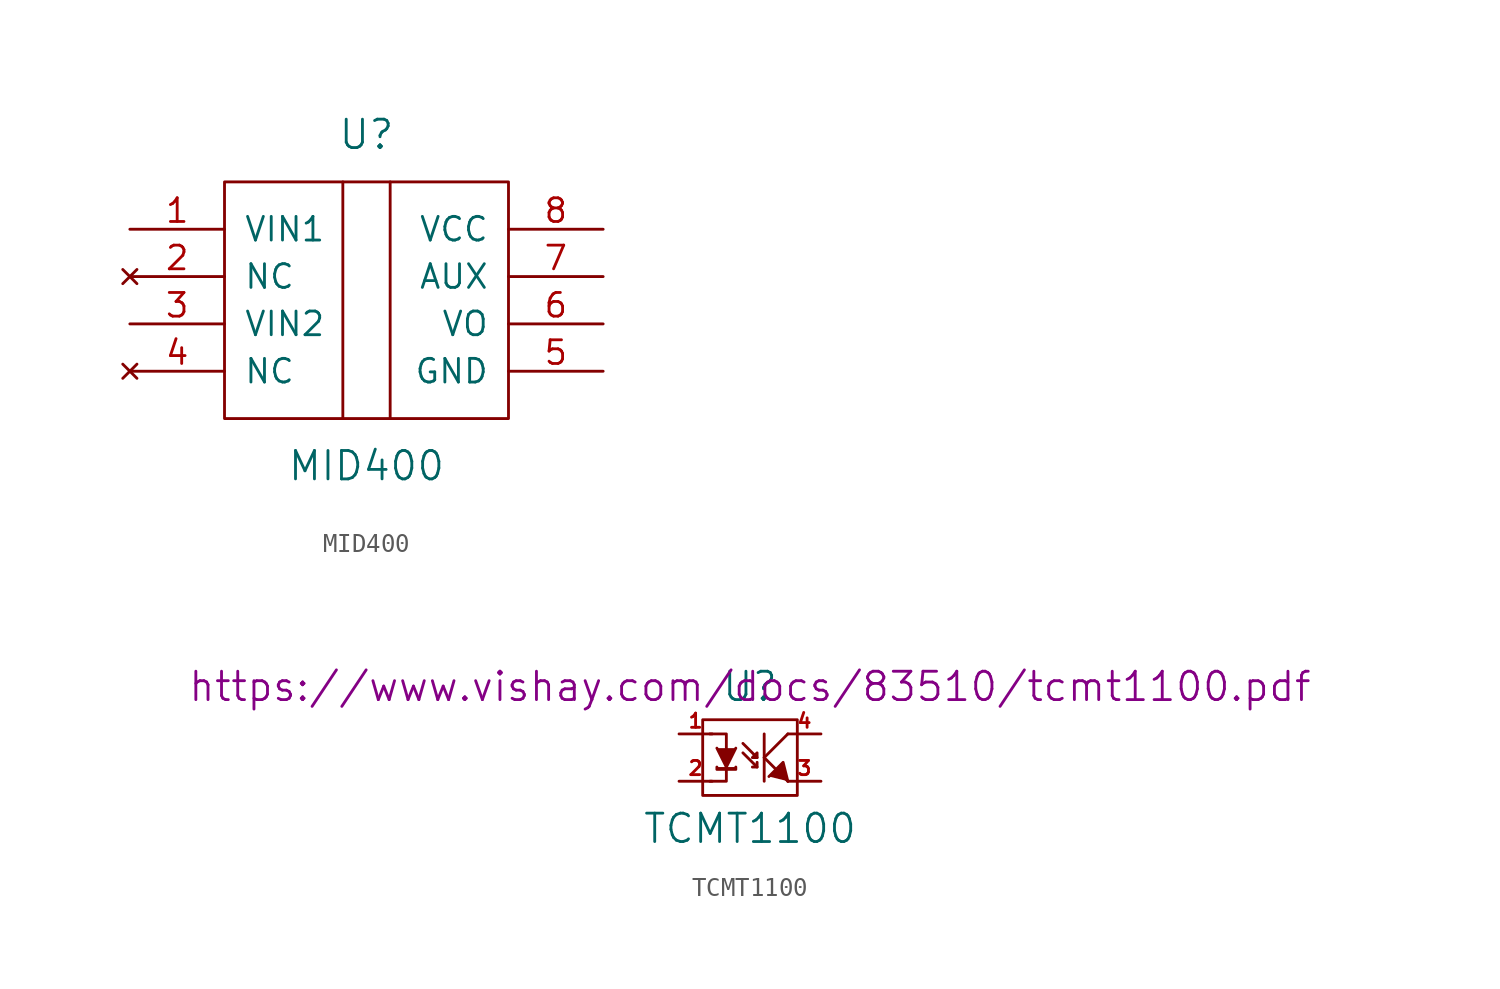
<source format=kicad_sym>
(kicad_symbol_lib
  (version 20201005)
  (generator kicad_symbol_editor)
  (symbol "MID400"
    (pin_names
      (offset 1.016))
    (property "Reference" "U"
      (at 0 8.89 0)
      (effects (font (size 1.524 1.524))))
    (property "Value" "MID400"
      (at 0 -8.89 0)
      (effects (font (size 1.524 1.524))))
    (symbol "MID400_0_1"
      (rectangle (start -7.62 6.35) (end 7.62 -6.35) (stroke (width 0)) (fill (type none)))
      (polyline (pts (xy -1.27 6.35) (xy -1.27 -6.35)) (stroke (width 0)) (fill (type none)))
      (polyline (pts (xy 1.27 6.35) (xy 1.27 -6.35)) (stroke (width 0)) (fill (type none))))
    (symbol "MID400_1_1"
      (pin power_in line (at -12.7 3.81 0) (length 5.08) (name "VIN1" (effects (font (size 1.27 1.27)))) (number "1" (effects (font (size 1.27 1.27)))))
      (pin unconnected line (at -12.7 1.27 0) (length 5.08) (name "NC" (effects (font (size 1.27 1.27)))) (number "2" (effects (font (size 1.27 1.27)))))
      (pin power_in line (at -12.7 -1.27 0) (length 5.08) (name "VIN2" (effects (font (size 1.27 1.27)))) (number "3" (effects (font (size 1.27 1.27)))))
      (pin unconnected line (at -12.7 -3.81 0) (length 5.08) (name "NC" (effects (font (size 1.27 1.27)))) (number "4" (effects (font (size 1.27 1.27)))))
      (pin power_in line (at 12.7 -3.81 180) (length 5.08) (name "GND" (effects (font (size 1.27 1.27)))) (number "5" (effects (font (size 1.27 1.27)))))
      (pin output line (at 12.7 -1.27 180) (length 5.08) (name "VO" (effects (font (size 1.27 1.27)))) (number "6" (effects (font (size 1.27 1.27)))))
      (pin output line (at 12.7 1.27 180) (length 5.08) (name "AUX" (effects (font (size 1.27 1.27)))) (number "7" (effects (font (size 1.27 1.27)))))
      (pin power_in line (at 12.7 3.81 180) (length 5.08) (name "VCC" (effects (font (size 1.27 1.27)))) (number "8" (effects (font (size 1.27 1.27)))))))
  (symbol "TCMT1100"
    (pin_names
      (offset 0) hide)
    (property "Reference" "U"
      (at 0 3.81 0)
      (effects (font (size 1.524 1.524))))
    (property "Value" "TCMT1100"
      (at 0 -3.81 0)
      (effects (font (size 1.524 1.524))))
    (property "Datasheet" "https://www.vishay.com/docs/83510/tcmt1100.pdf"
      (at 0 3.81 0)
      (effects (font (size 1.524 1.524))))
    (symbol "TCMT1100_0_1"
      (rectangle (start 2.54 2.032) (end -2.54 -2.032) (stroke (width 0)) (fill (type none)))
      (polyline (pts (xy 0.381 0) (xy -0.381 0.762) (xy -0.381 0.762)) (stroke (width 0)) (fill (type none)))
      (polyline (pts (xy 0.762 0) (xy 2.032 -1.27) (xy 2.032 -1.27)) (stroke (width 0)) (fill (type outline)))
      (polyline (pts (xy 0.762 0) (xy 2.032 1.27) (xy 2.032 1.27)) (stroke (width 0)) (fill (type outline)))
      (polyline (pts (xy 0.762 1.27) (xy 0.762 -1.27) (xy 0.762 -1.27)) (stroke (width 0)) (fill (type outline)))
      (polyline (pts (xy -0.762 0.508) (xy -1.27 -0.508) (xy -1.778 0.508) (xy -1.778 0.508)) (stroke (width 0)) (fill (type outline)))
      (polyline (pts (xy 0.381 -0.508) (xy -0.381 0.254) (xy -0.381 0.254) (xy -0.381 0.254)) (stroke (width 0)) (fill (type none)))
      (polyline (pts (xy 0.381 -0.254) (xy 0.381 -0.508) (xy 0.127 -0.508) (xy 0.127 -0.508)) (stroke (width 0)) (fill (type outline)))
      (polyline (pts (xy 2.032 -1.27) (xy 1.778 -0.254) (xy 1.016 -1.016) (xy 1.016 -1.016)) (stroke (width 0)) (fill (type outline)))
      (polyline (pts (xy -2.159 1.27) (xy -1.27 1.27) (xy -1.27 -1.27) (xy -2.159 -1.27) (xy -2.159 -1.27)) (stroke (width 0)) (fill (type none)))
      (polyline (pts (xy -1.778 -0.508) (xy -1.778 -0.635) (xy -0.762 -0.635) (xy -0.762 -0.508) (xy -0.762 -0.508)) (stroke (width 0)) (fill (type outline)))
      (polyline (pts (xy 0.127 0) (xy 0.381 0) (xy 0.381 0.254) (xy 0.127 0) (xy 0.127 0)) (stroke (width 0)) (fill (type outline))))
    (symbol "TCMT1100_1_1"
      (pin passive line (at -3.81 1.27 0) (length 1.778) (name "IN_1" (effects (font (size 0.762 0.762)))) (number "1" (effects (font (size 0.762 0.762)))))
      (pin passive line (at -3.81 -1.27 0) (length 1.778) (name "IN_2" (effects (font (size 0.762 0.762)))) (number "2" (effects (font (size 0.762 0.762)))))
      (pin passive line (at 3.81 -1.27 180) (length 1.778) (name "E" (effects (font (size 0.762 0.762)))) (number "3" (effects (font (size 0.762 0.762)))))
      (pin passive line (at 3.81 1.27 180) (length 1.778) (name "C" (effects (font (size 0.762 0.762)))) (number "4" (effects (font (size 0.762 0.762))))))))
</source>
